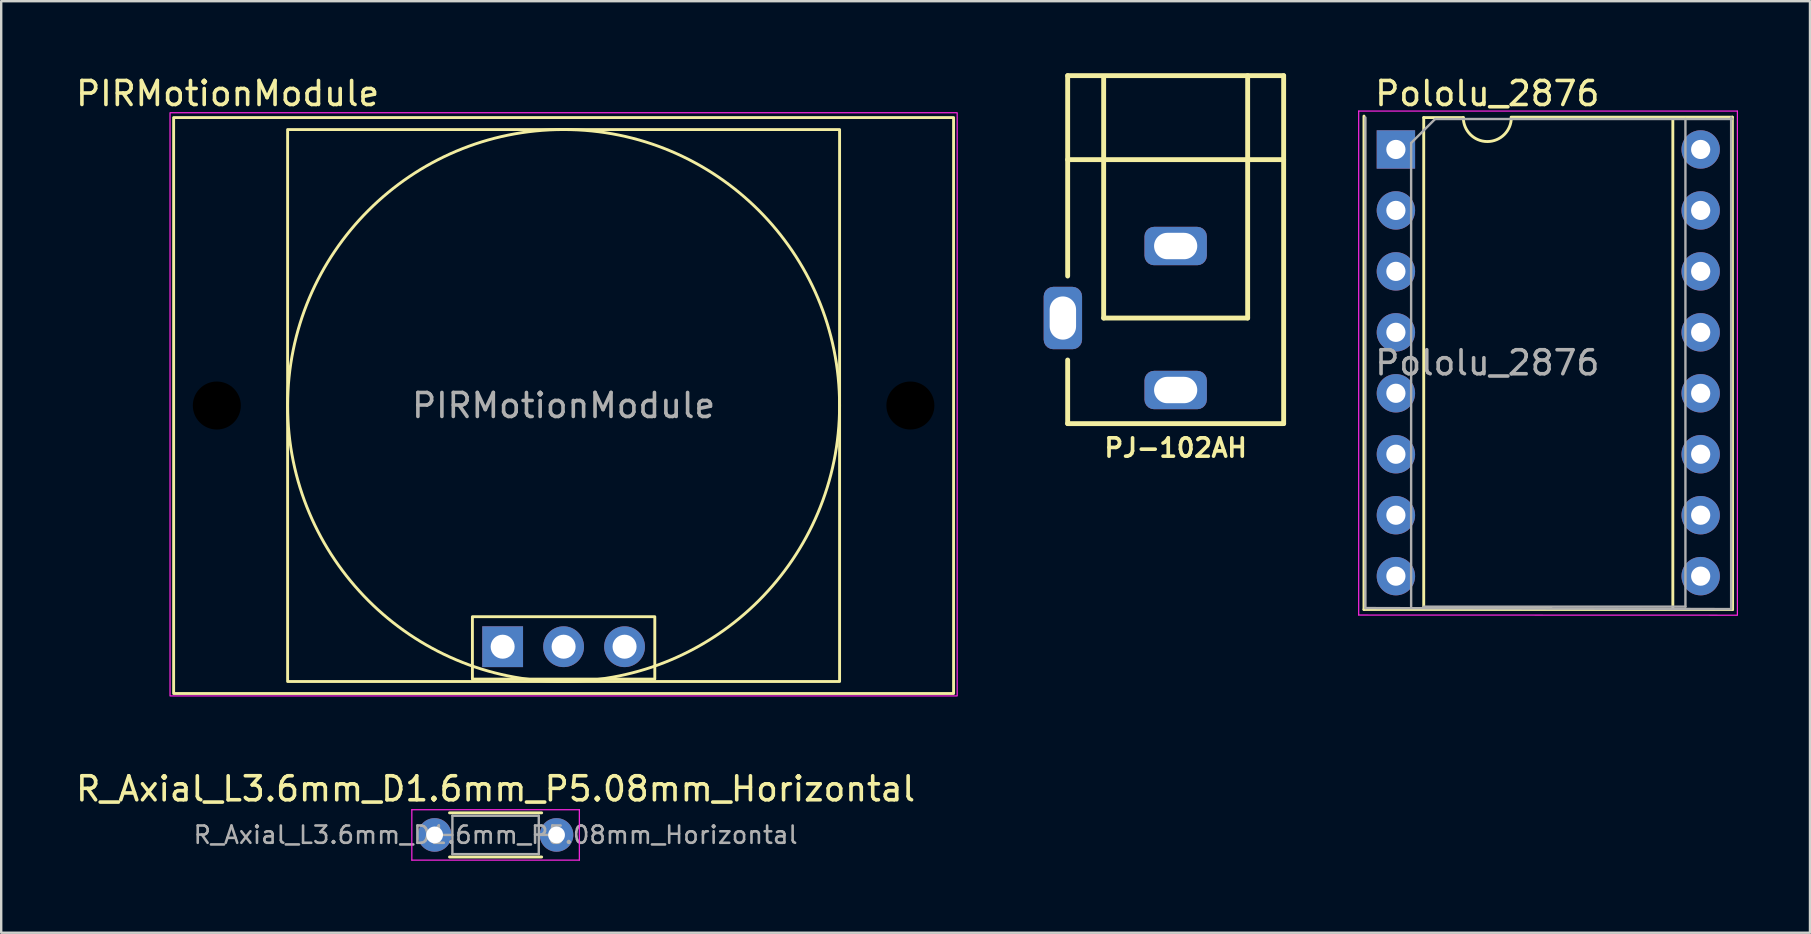
<source format=kicad_pcb>
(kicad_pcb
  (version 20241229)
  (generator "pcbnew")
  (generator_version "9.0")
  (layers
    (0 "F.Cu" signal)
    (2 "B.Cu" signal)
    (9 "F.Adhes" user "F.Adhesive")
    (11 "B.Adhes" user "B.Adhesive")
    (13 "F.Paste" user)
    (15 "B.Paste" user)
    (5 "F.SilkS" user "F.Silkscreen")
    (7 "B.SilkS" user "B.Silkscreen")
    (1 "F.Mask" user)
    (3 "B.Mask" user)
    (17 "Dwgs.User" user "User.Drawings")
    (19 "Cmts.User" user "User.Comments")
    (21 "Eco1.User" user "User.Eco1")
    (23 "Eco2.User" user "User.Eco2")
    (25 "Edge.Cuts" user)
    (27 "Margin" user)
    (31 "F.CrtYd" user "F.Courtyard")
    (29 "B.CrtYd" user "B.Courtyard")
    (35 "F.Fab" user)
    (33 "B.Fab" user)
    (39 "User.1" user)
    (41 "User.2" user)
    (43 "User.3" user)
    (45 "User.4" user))
  (footprint "Pololu_2876"
    (layer "F.Cu")
    (at 55.116 3.178)
    (property "Reference" "Pololu_2876" (at 3.81 -2.33 0) (layer "F.SilkS") (effects (font (size 1 1) (thickness 0.15))))
    (attr smd)
    (fp_line (start -1.33 -1.39) (end -1.33 19.17) (stroke (width 0.12) (type solid)) (layer "F.SilkS"))
    (fp_line (start -1.33 19.17) (end 14.03 19.17) (stroke (width 0.12) (type solid)) (layer "F.SilkS"))
    (fp_line (start 1.16 -1.33) (end 1.16 19.11) (stroke (width 0.12) (type solid)) (layer "F.SilkS"))
    (fp_line (start 1.16 19.11) (end 6.46 19.11) (stroke (width 0.12) (type solid)) (layer "F.SilkS"))
    (fp_line (start 2.81 -1.33) (end 1.16 -1.33) (stroke (width 0.12) (type solid)) (layer "F.SilkS"))
    (fp_line (start 11.54 19.11) (end 11.54 -1.33) (stroke (width 0.12) (type solid)) (layer "F.SilkS"))
    (fp_line (start 14.021 -1.346) (end 4.801 -1.346) (stroke (width 0.12) (type solid)) (layer "F.SilkS"))
    (fp_line (start 14.03 19.17) (end 14.021 -1.346) (stroke (width 0.12) (type solid)) (layer "F.SilkS"))
    (fp_arc (start 4.81 -1.33) (mid 3.81 -0.33) (end 2.81 -1.33) (stroke (width 0.12) (type solid)) (layer "F.SilkS"))
    (fp_line (start -1.55 -1.6) (end -1.55 19.4) (stroke (width 0.05) (type solid)) (layer "F.CrtYd"))
    (fp_line (start -1.55 19.4) (end 14.224 19.406) (stroke (width 0.05) (type solid)) (layer "F.CrtYd"))
    (fp_line (start 14.224 -1.6) (end -1.549 -1.6) (stroke (width 0.05) (type solid)) (layer "F.CrtYd"))
    (fp_line (start 14.23 19.4) (end 14.23 -1.6) (stroke (width 0.05) (type solid)) (layer "F.CrtYd"))
    (fp_line (start -1.27 -1.33) (end -1.27 19.11) (stroke (width 0.1) (type solid)) (layer "F.Fab"))
    (fp_line (start -1.27 19.11) (end 13.97 19.152) (stroke (width 0.1) (type solid)) (layer "F.Fab"))
    (fp_line (start 0.635 -0.27) (end 1.635 -1.27) (stroke (width 0.1) (type solid)) (layer "F.Fab"))
    (fp_line (start 0.635 19.05) (end 0.635 -0.27) (stroke (width 0.1) (type solid)) (layer "F.Fab"))
    (fp_line (start 12.065 -1.27) (end 12.065 19.05) (stroke (width 0.1) (type solid)) (layer "F.Fab"))
    (fp_line (start 12.065 19.05) (end 1.168 19.05) (stroke (width 0.1) (type solid)) (layer "F.Fab"))
    (fp_line (start 13.97 19.11) (end 13.97 -1.33) (stroke (width 0.1) (type solid)) (layer "F.Fab"))
    (fp_line (start 13.995 -1.27) (end 1.635 -1.27) (stroke (width 0.1) (type solid)) (layer "F.Fab"))
    (fp_text user "${REFERENCE}" (at 3.81 8.89 0) (layer "F.Fab") (effects (font (size 1 1) (thickness 0.15))))
    (pad "1" thru_hole rect (at 0 0) (size 1.6 1.6) (drill 0.8) (layers "*.Cu" "*.Mask"))
    (pad "2" thru_hole oval (at 0 2.54) (size 1.6 1.6) (drill 0.8) (layers "*.Cu" "*.Mask"))
    (pad "3" thru_hole oval (at 0 5.08) (size 1.6 1.6) (drill 0.8) (layers "*.Cu" "*.Mask"))
    (pad "4" thru_hole oval (at 0 7.62) (size 1.6 1.6) (drill 0.8) (layers "*.Cu" "*.Mask"))
    (pad "5" thru_hole oval (at 0 10.16) (size 1.6 1.6) (drill 0.8) (layers "*.Cu" "*.Mask"))
    (pad "6" thru_hole oval (at 0 12.7) (size 1.6 1.6) (drill 0.8) (layers "*.Cu" "*.Mask"))
    (pad "7" thru_hole oval (at 0 15.24) (size 1.6 1.6) (drill 0.8) (layers "*.Cu" "*.Mask"))
    (pad "8" thru_hole oval (at 0 17.78) (size 1.6 1.6) (drill 0.8) (layers "*.Cu" "*.Mask"))
    (pad "9" thru_hole oval (at 12.7 17.78) (size 1.6 1.6) (drill 0.8) (layers "*.Cu" "*.Mask"))
    (pad "10" thru_hole oval (at 12.7 15.24) (size 1.6 1.6) (drill 0.8) (layers "*.Cu" "*.Mask"))
    (pad "11" thru_hole oval (at 12.7 12.7) (size 1.6 1.6) (drill 0.8) (layers "*.Cu" "*.Mask"))
    (pad "12" thru_hole oval (at 12.7 10.16) (size 1.6 1.6) (drill 0.8) (layers "*.Cu" "*.Mask"))
    (pad "13" thru_hole oval (at 12.7 7.62) (size 1.6 1.6) (drill 0.8) (layers "*.Cu" "*.Mask"))
    (pad "14" thru_hole oval (at 12.7 5.08) (size 1.6 1.6) (drill 0.8) (layers "*.Cu" "*.Mask"))
    (pad "15" thru_hole oval (at 12.7 2.54) (size 1.6 1.6) (drill 0.8) (layers "*.Cu" "*.Mask"))
    (pad "16" thru_hole oval (at 12.7 0) (size 1.6 1.6) (drill 0.8) (layers "*.Cu" "*.Mask")))
  (footprint "PIRMotionModule"
    (layer "F.Cu")
    (at 20.435 13.848)
    (property "Reference" "PIRMotionModule" (at -14 -13 0) (layer "F.SilkS") (effects (font (size 1 1) (thickness 0.15))))
    (attr through_hole)
    (fp_rect (start -16.25 -12) (end 16.25 12) (stroke (width 0.12) (type solid)) (fill no) (layer "F.SilkS"))
    (fp_rect (start -11.5 -11.5) (end 11.5 11.5) (stroke (width 0.12) (type solid)) (fill no) (layer "F.SilkS"))
    (fp_rect (start -3.8 8.8) (end 3.8 11.4) (stroke (width 0.12) (type solid)) (fill no) (layer "F.SilkS"))
    (fp_circle (center 0 0) (end 11.5 0) (stroke (width 0.12) (type solid)) (fill no) (layer "F.SilkS"))
    (fp_rect (start -16.4 -12.2) (end 16.4 12.1) (stroke (width 0.05) (type solid)) (fill no) (layer "F.CrtYd"))
    (fp_text user "${REFERENCE}" (at 0 0 180) (layer "F.Fab") (effects (font (size 1 1) (thickness 0.15))))
    (pad "" np_thru_hole circle (at -14.45 0) (size 2 2) (drill 2) (layers "*.Mask"))
    (pad "" np_thru_hole circle (at 14.45 0) (size 2 2) (drill 2) (layers "*.Mask"))
    (pad "1" thru_hole rect (at -2.54 10.05 90) (size 1.7 1.7) (drill 1) (layers "*.Cu" "*.Mask"))
    (pad "2" thru_hole oval (at 0 10.05 90) (size 1.7 1.7) (drill 1) (layers "*.Cu" "*.Mask"))
    (pad "3" thru_hole oval (at 2.54 10.05 90) (size 1.7 1.7) (drill 1) (layers "*.Cu" "*.Mask"))
    (zone (net_name "") (layers "F.Cu" "B.Cu") (hatch edge 0.508) (connect_pads) (min_thickness 0.254) (filled_areas_thickness no) (keepout (tracks not_allowed) (vias not_allowed) (pads not_allowed) (copperpour not_allowed) (footprints not_allowed)) (placement (enabled no)) (fill) (polygon (pts (xy 8.439 13.848) (xy 8.42 13.534) (xy 8.361 13.225) (xy 8.264 12.926) (xy 8.13 12.641) (xy 7.961 12.376) (xy 7.761 12.133) (xy 7.531 11.918) (xy 7.277 11.733) (xy 7.001 11.582) (xy 6.709 11.466) (xy 6.404 11.388) (xy 6.092 11.348) (xy 5.777 11.348) (xy 5.465 11.388) (xy 5.16 11.466) (xy 4.868 11.582) (xy 4.592 11.733) (xy 4.338 11.918) (xy 4.108 12.133) (xy 3.908 12.376) (xy 3.739 12.641) (xy 3.605 12.926) (xy 3.508 13.225) (xy 3.449 13.534) (xy 3.43 13.848) (xy 3.449 14.162) (xy 3.508 14.471) (xy 3.605 14.77) (xy 3.739 15.055) (xy 3.908 15.321) (xy 4.108 15.563) (xy 4.338 15.778) (xy 4.592 15.963) (xy 4.868 16.115) (xy 5.16 16.231) (xy 5.465 16.309) (xy 5.777 16.348) (xy 6.092 16.348) (xy 6.404 16.309) (xy 6.709 16.231) (xy 7.001 16.115) (xy 7.277 15.963) (xy 7.531 15.778) (xy 7.761 15.563) (xy 7.961 15.321) (xy 8.13 15.055) (xy 8.264 14.77) (xy 8.361 14.471) (xy 8.42 14.162))))
    (zone (net_name "") (layers "F.Cu" "B.Cu") (hatch edge 0.508) (connect_pads) (min_thickness 0.254) (filled_areas_thickness no) (keepout (tracks not_allowed) (vias not_allowed) (pads not_allowed) (copperpour not_allowed) (footprints allowed)) (placement (enabled no)) (fill) (polygon (pts (xy 37.439 13.848) (xy 37.42 13.534) (xy 37.361 13.225) (xy 37.264 12.926) (xy 37.13 12.641) (xy 36.961 12.376) (xy 36.761 12.133) (xy 36.531 11.918) (xy 36.277 11.733) (xy 36.001 11.582) (xy 35.709 11.466) (xy 35.404 11.388) (xy 35.092 11.348) (xy 34.777 11.348) (xy 34.465 11.388) (xy 34.16 11.466) (xy 33.868 11.582) (xy 33.592 11.733) (xy 33.338 11.918) (xy 33.108 12.133) (xy 32.908 12.376) (xy 32.739 12.641) (xy 32.605 12.926) (xy 32.508 13.225) (xy 32.449 13.534) (xy 32.43 13.848) (xy 32.449 14.162) (xy 32.508 14.471) (xy 32.605 14.77) (xy 32.739 15.055) (xy 32.908 15.321) (xy 33.108 15.563) (xy 33.338 15.778) (xy 33.592 15.963) (xy 33.868 16.115) (xy 34.16 16.231) (xy 34.465 16.309) (xy 34.777 16.348) (xy 35.092 16.348) (xy 35.404 16.309) (xy 35.709 16.231) (xy 36.001 16.115) (xy 36.277 15.963) (xy 36.531 15.778) (xy 36.761 15.563) (xy 36.961 15.321) (xy 37.13 15.055) (xy 37.264 14.77) (xy 37.361 14.471) (xy 37.42 14.162)))))
  (footprint "PJ-102AH"
    (layer "F.Cu")
    (at 45.939 10.202)
    (property "Reference" "PJ-102AH" (at 0 5.41 0) (layer "F.SilkS") (effects (font (size 0.762 0.762) (thickness 0.152))))
    (attr through_hole)
    (fp_line (start -4.5 -10.1) (end -4.5 -1.75) (stroke (width 0.203) (type solid)) (layer "F.SilkS"))
    (fp_line (start -4.5 -6.6) (end 4.5 -6.6) (stroke (width 0.203) (type solid)) (layer "F.SilkS"))
    (fp_line (start -4.5 4.4) (end -4.5 1.75) (stroke (width 0.203) (type solid)) (layer "F.SilkS"))
    (fp_line (start -4.5 4.4) (end 4.5 4.4) (stroke (width 0.203) (type solid)) (layer "F.SilkS"))
    (fp_line (start -3 0) (end -3 -10) (stroke (width 0.203) (type solid)) (layer "F.SilkS"))
    (fp_line (start 3 -10.1) (end 3 0) (stroke (width 0.203) (type solid)) (layer "F.SilkS"))
    (fp_line (start 3 0) (end -3 0) (stroke (width 0.203) (type solid)) (layer "F.SilkS"))
    (fp_line (start 4.5 -10.1) (end -4.5 -10.1) (stroke (width 0.203) (type solid)) (layer "F.SilkS"))
    (fp_line (start 4.5 4.4) (end 4.5 -10.1) (stroke (width 0.203) (type solid)) (layer "F.SilkS"))
    (pad "1" thru_hole roundrect (at 0 3) (size 2.6 1.6) (drill oval 1.8 1.1) (layers "*.Cu" "*.Mask") (roundrect_rratio 0.25))
    (pad "2" thru_hole roundrect (at 0 -3) (size 2.6 1.6) (drill oval 1.8 1.1) (layers "*.Cu" "*.Mask") (roundrect_rratio 0.25))
    (pad "3" thru_hole roundrect (at -4.7 0) (size 1.6 2.6) (drill oval 1.1 1.8) (layers "*.Cu" "*.Mask") (roundrect_rratio 0.25)))
  (footprint "R_Axial_L3.6mm_D1.6mm_P5.08mm_Horizontal"
    (layer "F.Cu")
    (at 15.061 31.741)
    (property "Reference" "R_Axial_L3.6mm_D1.6mm_P5.08mm_Horizontal" (at 2.54 -1.92 0) (layer "F.SilkS") (effects (font (size 1 1) (thickness 0.15))))
    (attr smd)
    (fp_line (start 0.62 -0.92) (end 4.46 -0.92) (stroke (width 0.12) (type solid)) (layer "F.SilkS"))
    (fp_line (start 0.62 0.92) (end 4.46 0.92) (stroke (width 0.12) (type solid)) (layer "F.SilkS"))
    (fp_line (start -0.95 -1.05) (end -0.95 1.05) (stroke (width 0.05) (type solid)) (layer "F.CrtYd"))
    (fp_line (start -0.95 1.05) (end 6.03 1.05) (stroke (width 0.05) (type solid)) (layer "F.CrtYd"))
    (fp_line (start 6.03 -1.05) (end -0.95 -1.05) (stroke (width 0.05) (type solid)) (layer "F.CrtYd"))
    (fp_line (start 6.03 1.05) (end 6.03 -1.05) (stroke (width 0.05) (type solid)) (layer "F.CrtYd"))
    (fp_line (start 0 0) (end 0.74 0) (stroke (width 0.1) (type solid)) (layer "F.Fab"))
    (fp_line (start 0.74 -0.8) (end 0.74 0.8) (stroke (width 0.1) (type solid)) (layer "F.Fab"))
    (fp_line (start 0.74 0.8) (end 4.34 0.8) (stroke (width 0.1) (type solid)) (layer "F.Fab"))
    (fp_line (start 4.34 -0.8) (end 0.74 -0.8) (stroke (width 0.1) (type solid)) (layer "F.Fab"))
    (fp_line (start 4.34 0.8) (end 4.34 -0.8) (stroke (width 0.1) (type solid)) (layer "F.Fab"))
    (fp_line (start 5.08 0) (end 4.34 0) (stroke (width 0.1) (type solid)) (layer "F.Fab"))
    (fp_text user "${REFERENCE}" (at 2.54 0 0) (layer "F.Fab") (effects (font (size 0.72 0.72) (thickness 0.108))))
    (pad "1" thru_hole circle (at 0 0) (size 1.4 1.4) (drill 0.7) (layers "*.Cu" "*.Mask"))
    (pad "2" thru_hole oval (at 5.08 0) (size 1.4 1.4) (drill 0.7) (layers "*.Cu" "*.Mask")))
  (gr_rect
    (start -3 -3)
    (end 72.371 35.816)
    (stroke (width 0.1) (type default))
    (fill no)
    (layer "Edge.Cuts")))
</source>
